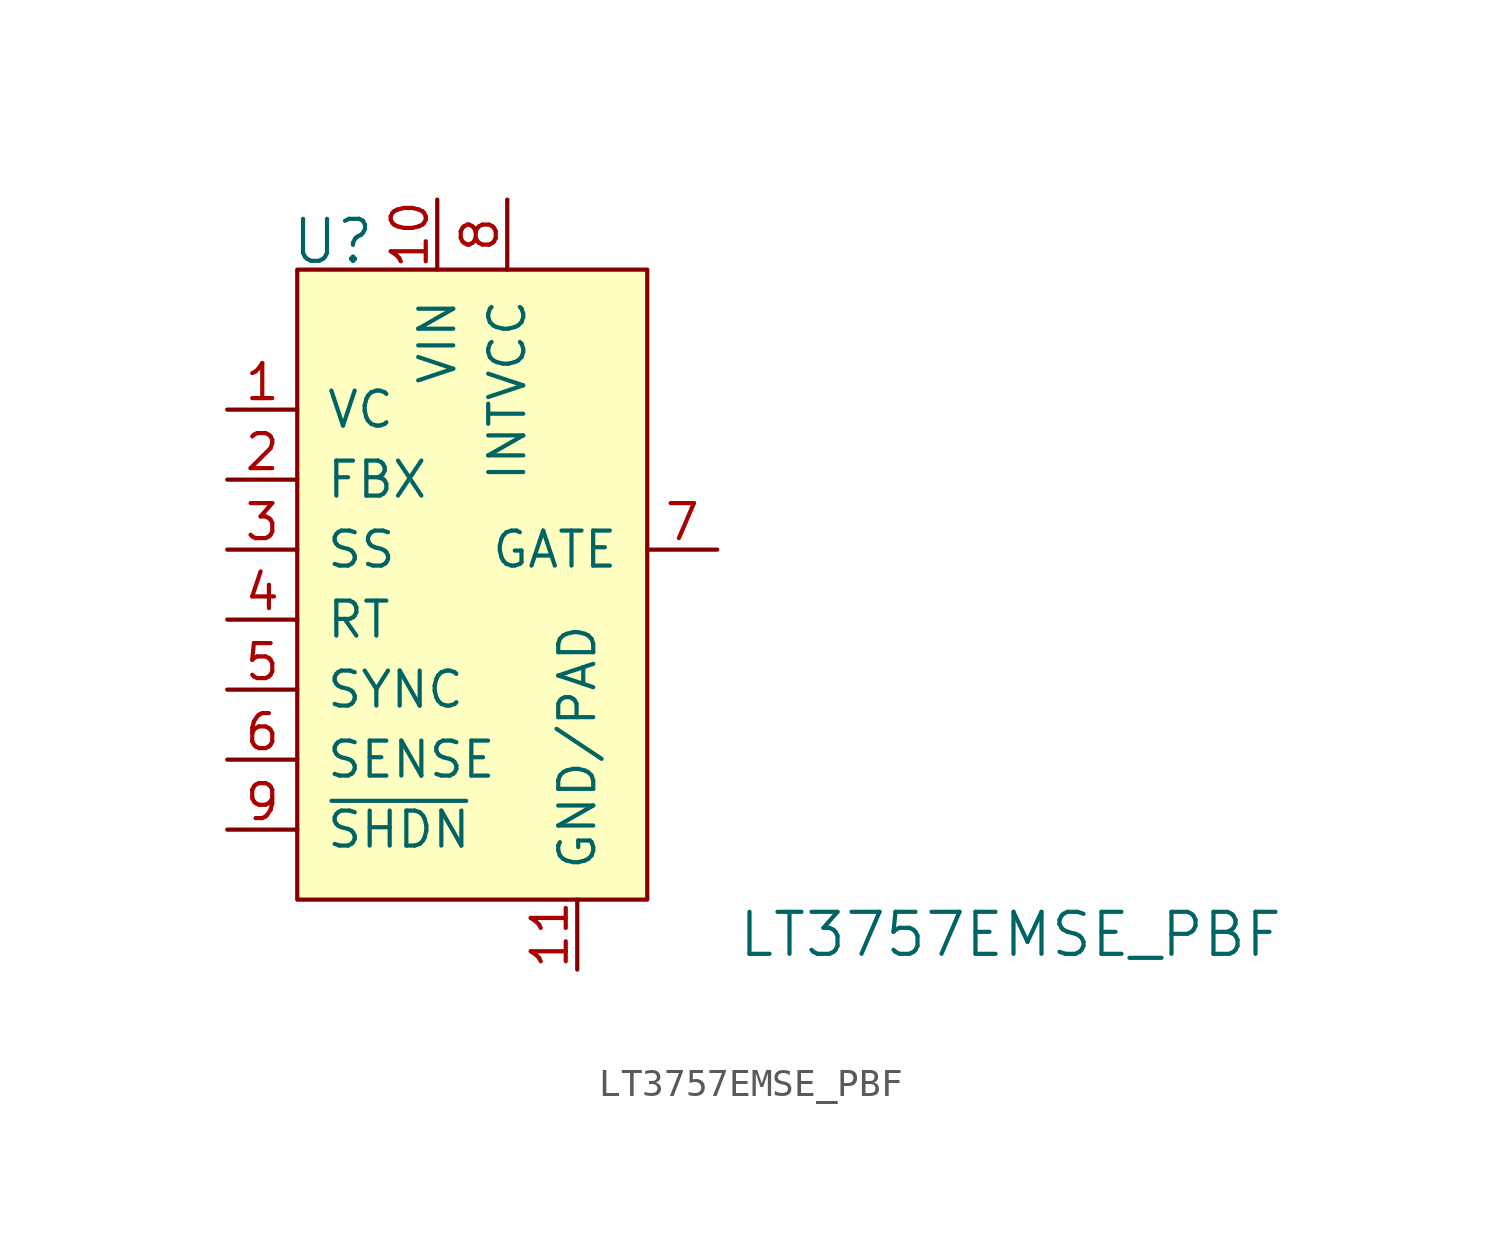
<source format=kicad_sym>
(kicad_symbol_lib
  (version 20220914)
  (generator kicad_symbol_editor)
  (symbol "LT3757EMSE_PBF"
    (pin_names
      (offset 1.016))
    (property "Reference" "U"
      (at -5.334 3.556 0)
      (effects (font (size 1.524 1.524)) (justify left)))
    (property "Value" "LT3757EMSE_PBF"
      (at 30.734 -21.59 0)
      (effects (font (size 1.524 1.524)) (justify right)))
    (symbol "LT3757EMSE_PBF_0_1"
      (rectangle (start -5.08 2.54) (end 7.62 -20.32) (stroke (width 0) (type solid)) (fill (type background))))
    (symbol "LT3757EMSE_PBF_1_1"
      (pin input line (at -7.62 -2.54 0) (length 2.54) (name "VC" (effects (font (size 1.27 1.27)))) (number "1" (effects (font (size 1.27 1.27)))))
      (pin power_in line (at 0 5.08 270) (length 2.54) (name "VIN" (effects (font (size 1.27 1.27)))) (number "10" (effects (font (size 1.27 1.27)))))
      (pin power_in line (at 5.08 -22.86 90) (length 2.54) (name "GND/PAD" (effects (font (size 1.27 1.27)))) (number "11" (effects (font (size 1.27 1.27)))))
      (pin input line (at -7.62 -5.08 0) (length 2.54) (name "FBX" (effects (font (size 1.27 1.27)))) (number "2" (effects (font (size 1.27 1.27)))))
      (pin input line (at -7.62 -7.62 0) (length 2.54) (name "SS" (effects (font (size 1.27 1.27)))) (number "3" (effects (font (size 1.27 1.27)))))
      (pin input line (at -7.62 -10.16 0) (length 2.54) (name "RT" (effects (font (size 1.27 1.27)))) (number "4" (effects (font (size 1.27 1.27)))))
      (pin input line (at -7.62 -12.7 0) (length 2.54) (name "SYNC" (effects (font (size 1.27 1.27)))) (number "5" (effects (font (size 1.27 1.27)))))
      (pin input line (at -7.62 -15.24 0) (length 2.54) (name "SENSE" (effects (font (size 1.27 1.27)))) (number "6" (effects (font (size 1.27 1.27)))))
      (pin output line (at 10.16 -7.62 180) (length 2.54) (name "GATE" (effects (font (size 1.27 1.27)))) (number "7" (effects (font (size 1.27 1.27)))))
      (pin power_in line (at 2.54 5.08 270) (length 2.54) (name "INTVCC" (effects (font (size 1.27 1.27)))) (number "8" (effects (font (size 1.27 1.27)))))
      (pin input line (at -7.62 -17.78 0) (length 2.54) (name "~{SHDN}" (effects (font (size 1.27 1.27)))) (number "9" (effects (font (size 1.27 1.27))))))))
</source>
